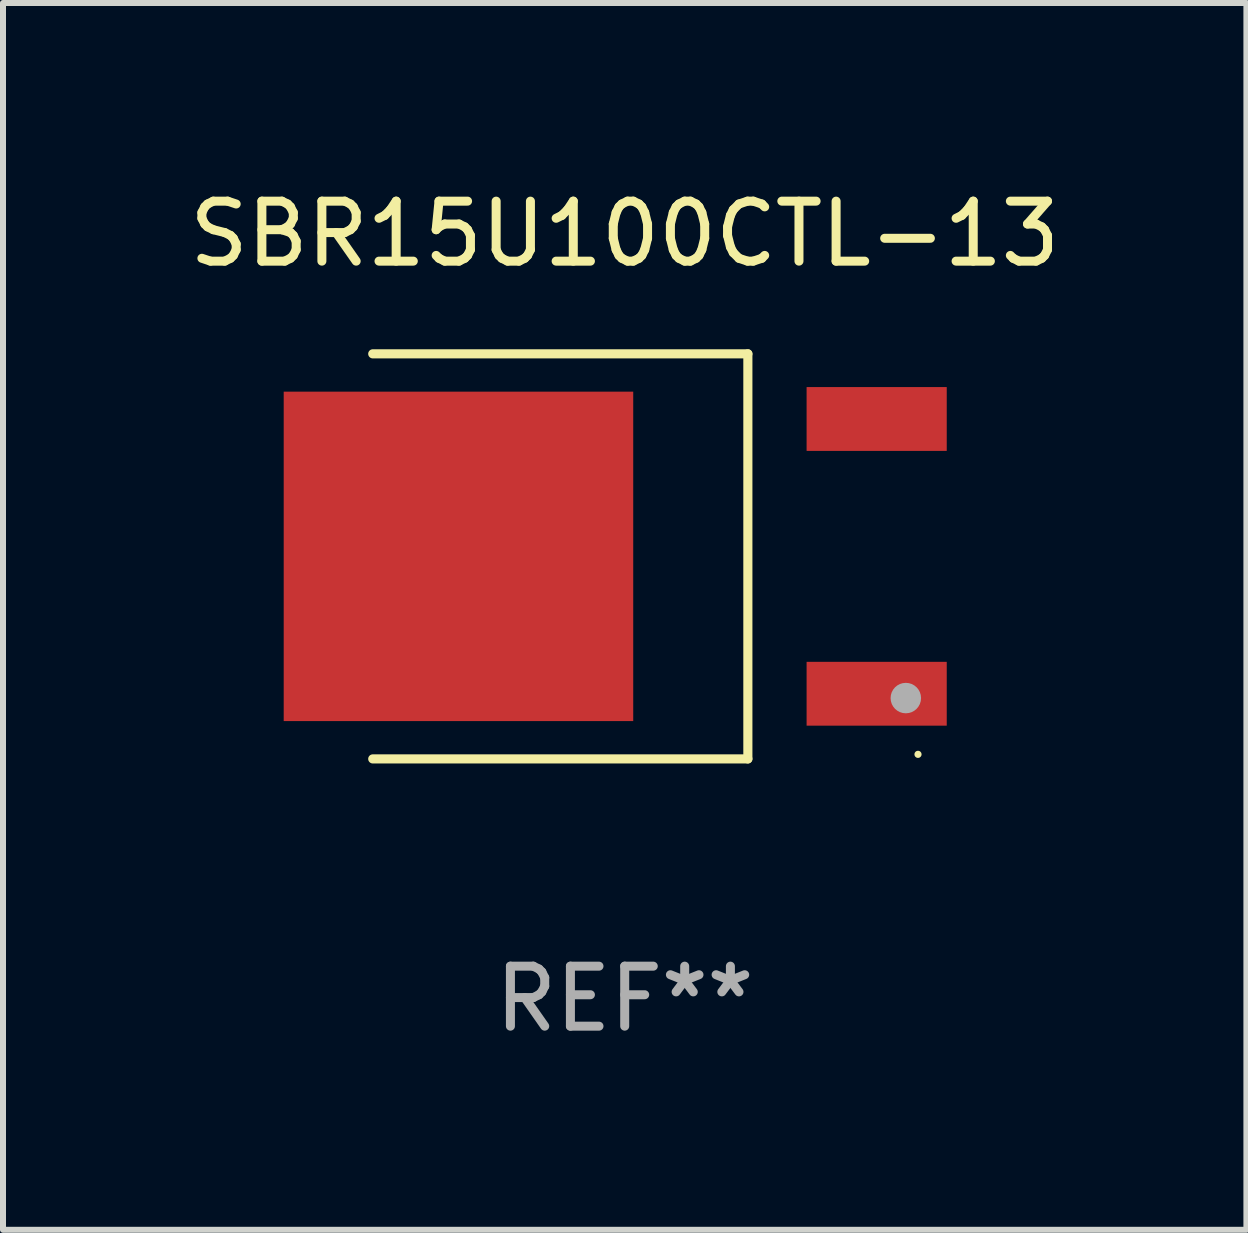
<source format=kicad_pcb>
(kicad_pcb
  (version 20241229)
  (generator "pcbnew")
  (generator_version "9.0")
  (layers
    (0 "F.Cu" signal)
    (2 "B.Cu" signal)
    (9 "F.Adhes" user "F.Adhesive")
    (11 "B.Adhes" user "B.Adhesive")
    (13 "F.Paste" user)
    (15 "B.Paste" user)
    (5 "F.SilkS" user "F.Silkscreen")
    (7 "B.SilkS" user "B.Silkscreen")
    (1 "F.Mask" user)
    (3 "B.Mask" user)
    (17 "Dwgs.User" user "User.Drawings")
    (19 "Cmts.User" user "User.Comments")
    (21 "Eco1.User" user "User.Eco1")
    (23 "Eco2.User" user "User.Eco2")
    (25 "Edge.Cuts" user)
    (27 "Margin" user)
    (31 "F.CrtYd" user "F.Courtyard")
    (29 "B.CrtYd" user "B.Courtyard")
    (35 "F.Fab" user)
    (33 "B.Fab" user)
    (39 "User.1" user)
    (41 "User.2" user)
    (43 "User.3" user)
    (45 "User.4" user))
  (footprint "SBR15U100CTL-13"
    (layer "F.Cu")
    (at 7.363 6.224)
    (property "Reference" "SBR15U100CTL-13" (at 0 -5.376 0) (layer "F.SilkS") (effects (font (size 1 1) (thickness 0.15))))
    (attr through_hole)
    (fp_line (start -4.2 -3.376) (end 2.053 -3.376) (stroke (width 0.152) (type solid)) (layer "F.SilkS"))
    (fp_line (start -4.2 3.376) (end 2.053 3.376) (stroke (width 0.152) (type solid)) (layer "F.SilkS"))
    (fp_line (start 2.053 3.376) (end 2.053 -3.376) (stroke (width 0.152) (type solid)) (layer "F.SilkS"))
    (fp_circle (center 4.889 3.3) (end 4.919 3.3) (stroke (width 0.06) (type solid)) (fill no) (layer "F.SilkS"))
    (fp_circle (center 4.686 2.362) (end 4.813 2.362) (stroke (width 0.254) (type solid)) (fill no) (layer "F.Fab"))
    (fp_text user "REF**" (at 0 7.376 0) (layer "F.Fab") (effects (font (size 1 1) (thickness 0.15))))
    (pad "1" smd rect (at 4.2 2.29) (size 2.336 1.064) (layers "F.Cu" "F.Mask" "F.Paste"))
    (pad "3" smd rect (at 4.2 -2.29) (size 2.336 1.064) (layers "F.Cu" "F.Mask" "F.Paste"))
    (pad "4" smd rect (at -2.771 0) (size 5.826 5.491) (layers "F.Cu" "F.Mask" "F.Paste")))
  (gr_rect
    (start -3 -3)
    (end 17.726 17.449)
    (stroke (width 0.1) (type default))
    (fill no)
    (layer "Edge.Cuts")))
</source>
